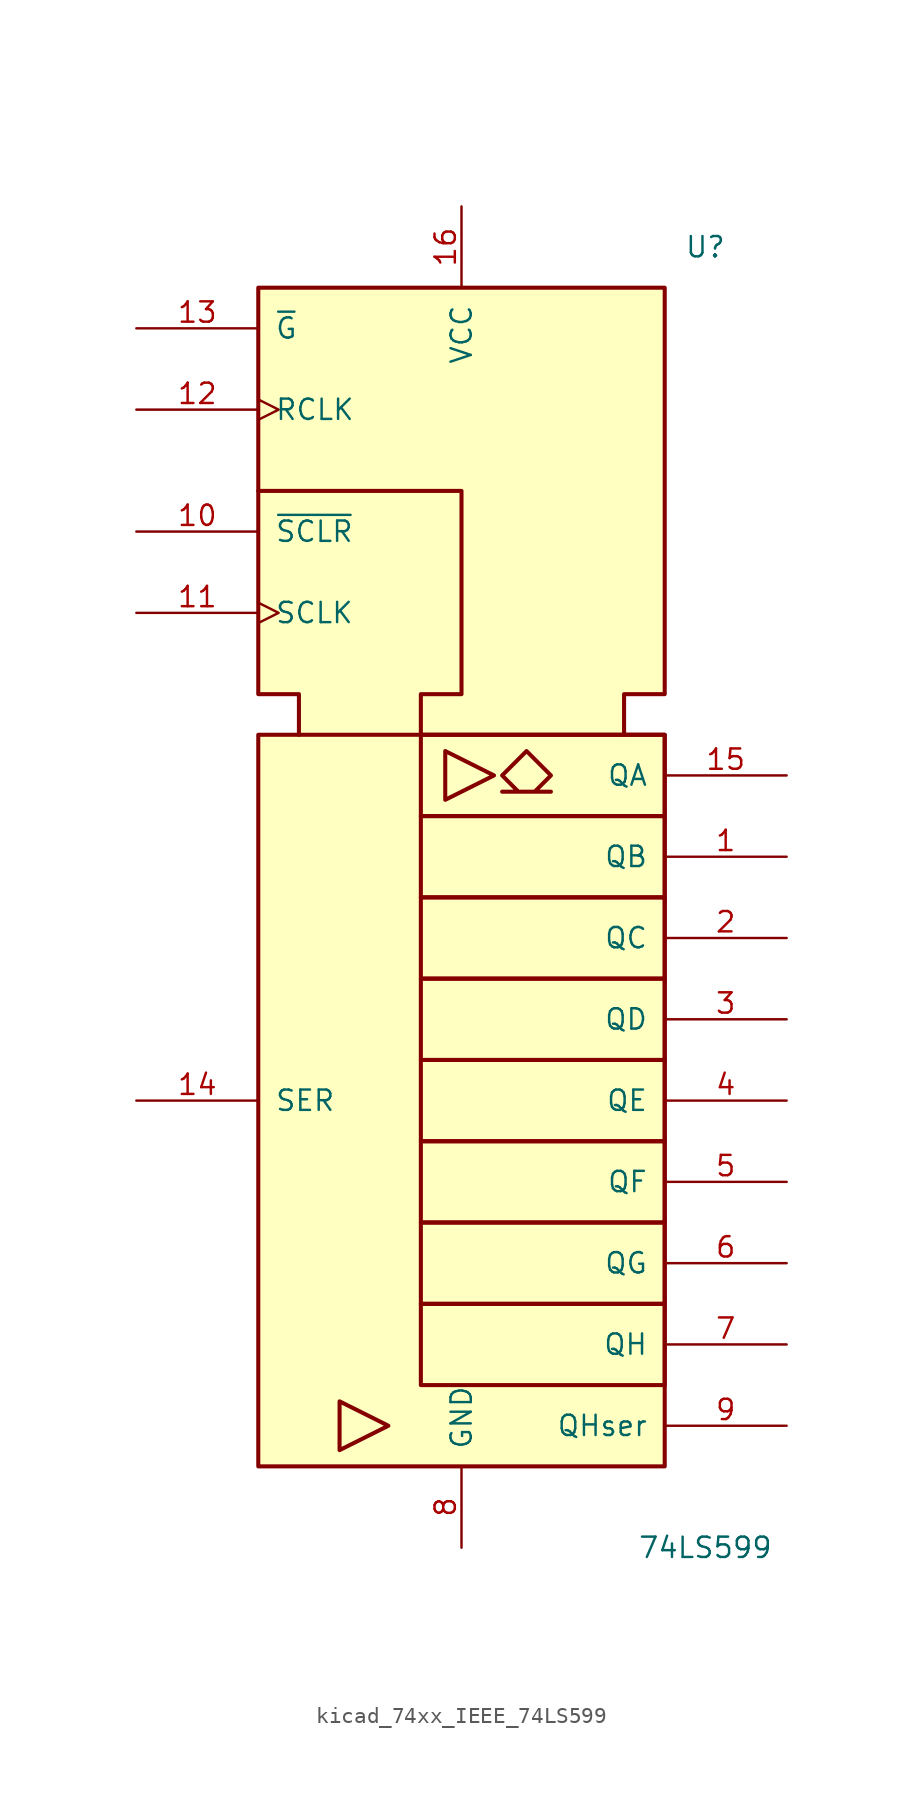
<source format=kicad_sym>
(kicad_symbol_lib
  (version 20220914)
  (generator kicad_symbol_editor)
  (symbol "kicad_74xx_IEEE_74LS599"
    (pin_names
      (offset 1.016))
    (property "Reference" "U"
      (at 15.24 40.64 0)
      (effects (font (size 1.27 1.27))))
    (property "Value" "74LS599"
      (at 15.24 -40.64 0)
      (effects (font (size 1.27 1.27))))
    (symbol "kicad_74xx_IEEE_74LS599_0_0"
      (rectangle (start -12.7 10.16) (end 12.7 -35.56) (stroke (width 0.254) (type default)) (fill (type background)))
      (polyline (pts (xy -4.572 -33.02) (xy -7.62 -31.496) (xy -7.62 -34.544) (xy -4.572 -33.02) (xy -4.572 -33.02)) (stroke (width 0.254) (type default)) (fill (type background)))
      (polyline (pts (xy -1.016 9.144) (xy -1.016 6.096) (xy 2.032 7.62) (xy -1.016 9.144) (xy -1.016 9.144)) (stroke (width 0.254) (type default)) (fill (type background)))
      (polyline (pts (xy -12.7 25.4) (xy 0 25.4) (xy 0 12.7) (xy -2.54 12.7) (xy -2.54 10.16) (xy -2.54 10.16)) (stroke (width 0.254) (type default)) (fill (type background)))
      (polyline (pts (xy 5.588 6.604) (xy 2.54 6.604) (xy 3.556 6.604) (xy 2.54 7.62) (xy 4.064 9.144) (xy 5.588 7.62) (xy 4.572 6.604) (xy 4.572 6.604)) (stroke (width 0.254) (type default)) (fill (type background)))
      (polyline (pts (xy -10.16 10.16) (xy -10.16 12.7) (xy -12.7 12.7) (xy -12.7 38.1) (xy 12.7 38.1) (xy 12.7 12.7) (xy 10.16 12.7) (xy 10.16 10.16) (xy 10.16 10.16)) (stroke (width 0.254) (type default)) (fill (type background))))
    (symbol "kicad_74xx_IEEE_74LS599_0_1"
      (rectangle (start -2.54 -25.4) (end 12.7 -30.48) (stroke (width 0.254) (type default)) (fill (type background)))
      (rectangle (start -2.54 -20.32) (end 12.7 -25.4) (stroke (width 0.254) (type default)) (fill (type background)))
      (rectangle (start -2.54 -15.24) (end 12.7 -20.32) (stroke (width 0.254) (type default)) (fill (type background)))
      (rectangle (start -2.54 -10.16) (end 12.7 -15.24) (stroke (width 0.254) (type default)) (fill (type background)))
      (rectangle (start -2.54 -5.08) (end 12.7 -10.16) (stroke (width 0.254) (type default)) (fill (type background)))
      (rectangle (start -2.54 0) (end 12.7 -5.08) (stroke (width 0.254) (type default)) (fill (type background)))
      (rectangle (start -2.54 5.08) (end 12.7 0) (stroke (width 0.254) (type default)) (fill (type background)))
      (rectangle (start -2.54 10.16) (end 12.7 5.08) (stroke (width 0.254) (type default)) (fill (type background)))
      (pin power_in line (at 0 -40.64 90) (length 5.08) (name "GND" (effects (font (size 1.27 1.27)))) (number "8" (effects (font (size 1.27 1.27))))))
    (symbol "kicad_74xx_IEEE_74LS599_1_1"
      (pin tri_state line (at 20.32 2.54 180) (length 7.62) (name "QB" (effects (font (size 1.27 1.27)))) (number "1" (effects (font (size 1.27 1.27)))))
      (pin input line (at -20.32 22.86 0) (length 7.62) (name "~{SCLR}" (effects (font (size 1.27 1.27)))) (number "10" (effects (font (size 1.27 1.27)))))
      (pin input clock (at -20.32 17.78 0) (length 7.62) (name "SCLK" (effects (font (size 1.27 1.27)))) (number "11" (effects (font (size 1.27 1.27)))))
      (pin input clock (at -20.32 30.48 0) (length 7.62) (name "RCLK" (effects (font (size 1.27 1.27)))) (number "12" (effects (font (size 1.27 1.27)))))
      (pin input line (at -20.32 35.56 0) (length 7.62) (name "~{G}" (effects (font (size 1.27 1.27)))) (number "13" (effects (font (size 1.27 1.27)))))
      (pin input line (at -20.32 -12.7 0) (length 7.62) (name "SER" (effects (font (size 1.27 1.27)))) (number "14" (effects (font (size 1.27 1.27)))))
      (pin tri_state line (at 20.32 7.62 180) (length 7.62) (name "QA" (effects (font (size 1.27 1.27)))) (number "15" (effects (font (size 1.27 1.27)))))
      (pin power_in line (at 0 43.18 270) (length 5.08) (name "VCC" (effects (font (size 1.27 1.27)))) (number "16" (effects (font (size 1.27 1.27)))))
      (pin tri_state line (at 20.32 -2.54 180) (length 7.62) (name "QC" (effects (font (size 1.27 1.27)))) (number "2" (effects (font (size 1.27 1.27)))))
      (pin tri_state line (at 20.32 -7.62 180) (length 7.62) (name "QD" (effects (font (size 1.27 1.27)))) (number "3" (effects (font (size 1.27 1.27)))))
      (pin tri_state line (at 20.32 -12.7 180) (length 7.62) (name "QE" (effects (font (size 1.27 1.27)))) (number "4" (effects (font (size 1.27 1.27)))))
      (pin tri_state line (at 20.32 -17.78 180) (length 7.62) (name "QF" (effects (font (size 1.27 1.27)))) (number "5" (effects (font (size 1.27 1.27)))))
      (pin tri_state line (at 20.32 -22.86 180) (length 7.62) (name "QG" (effects (font (size 1.27 1.27)))) (number "6" (effects (font (size 1.27 1.27)))))
      (pin tri_state line (at 20.32 -27.94 180) (length 7.62) (name "QH" (effects (font (size 1.27 1.27)))) (number "7" (effects (font (size 1.27 1.27)))))
      (pin output line (at 20.32 -33.02 180) (length 7.62) (name "QHser" (effects (font (size 1.27 1.27)))) (number "9" (effects (font (size 1.27 1.27))))))))
</source>
